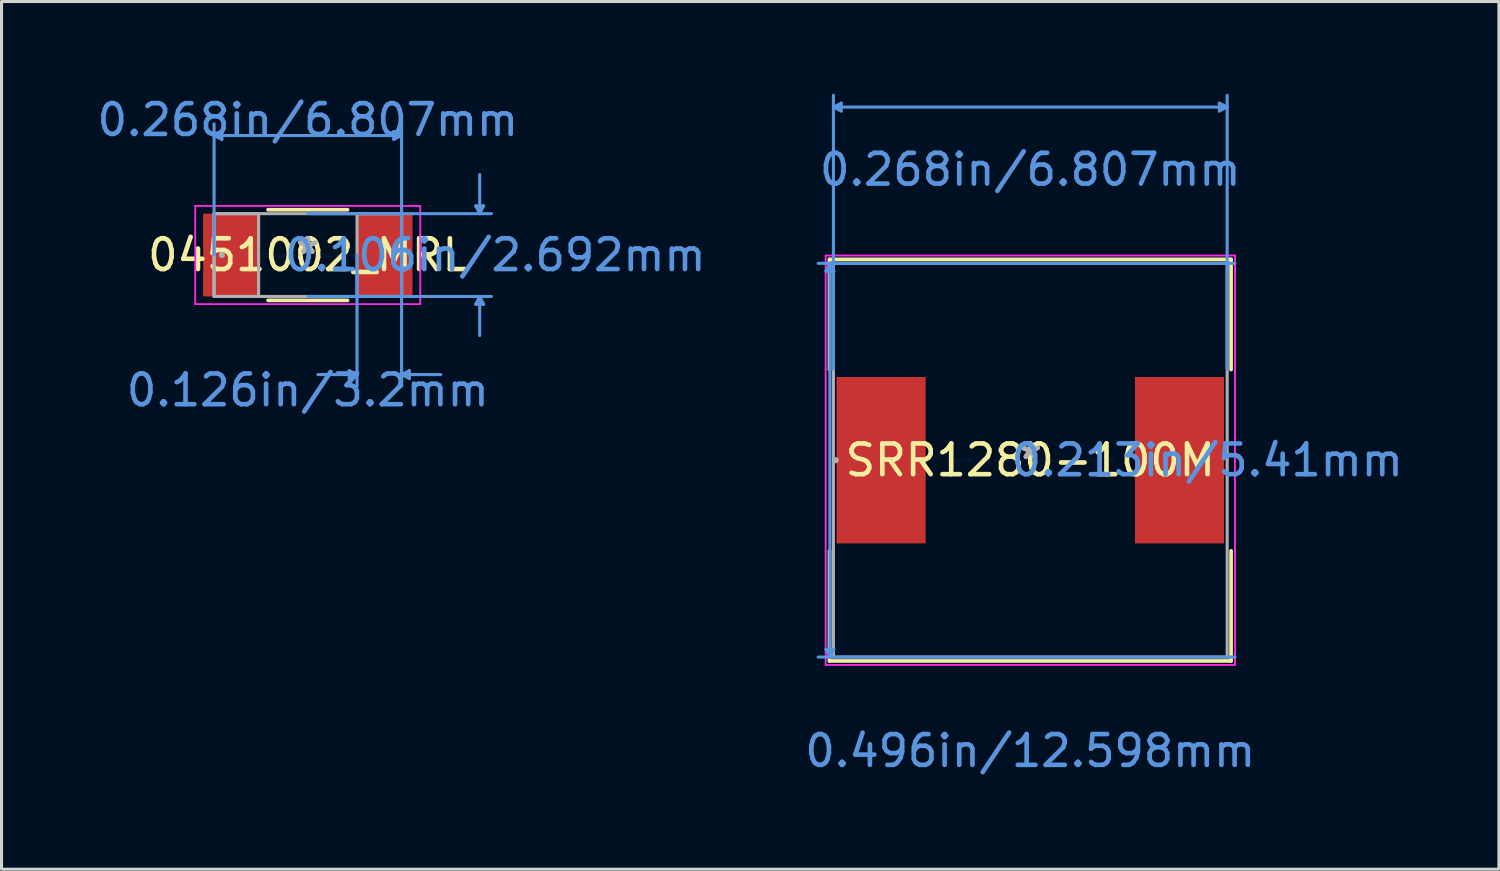
<source format=kicad_pcb>
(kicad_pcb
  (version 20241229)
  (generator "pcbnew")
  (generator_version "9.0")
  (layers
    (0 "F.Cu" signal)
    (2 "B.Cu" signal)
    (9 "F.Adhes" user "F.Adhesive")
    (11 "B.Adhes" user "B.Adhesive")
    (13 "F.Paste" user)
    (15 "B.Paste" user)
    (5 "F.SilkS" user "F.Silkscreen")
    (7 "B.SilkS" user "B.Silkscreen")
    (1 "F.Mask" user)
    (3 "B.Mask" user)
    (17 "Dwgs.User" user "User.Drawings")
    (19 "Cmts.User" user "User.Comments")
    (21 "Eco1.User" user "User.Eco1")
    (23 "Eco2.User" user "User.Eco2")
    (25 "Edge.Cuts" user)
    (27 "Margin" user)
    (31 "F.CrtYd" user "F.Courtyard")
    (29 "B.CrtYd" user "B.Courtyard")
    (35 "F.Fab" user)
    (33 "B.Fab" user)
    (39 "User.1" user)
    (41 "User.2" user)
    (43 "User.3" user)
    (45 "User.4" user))
  (footprint "SRR1280-100M"
    (layer "F.Cu")
    (at 30.447 11.912)
    (property "Reference" "SRR1280-100M" (at 0 0 0) (layer "F.SilkS") (effects (font (size 1 1) (thickness 0.15))))
    (attr through_hole)
    (fp_line (start -6.528 -6.528) (end -6.528 -2.947) (stroke (width 0.12) (type solid)) (layer "F.SilkS"))
    (fp_line (start -6.528 2.947) (end -6.528 6.528) (stroke (width 0.12) (type solid)) (layer "F.SilkS"))
    (fp_line (start -6.528 6.528) (end 6.528 6.528) (stroke (width 0.12) (type solid)) (layer "F.SilkS"))
    (fp_line (start 6.528 -6.528) (end -6.528 -6.528) (stroke (width 0.12) (type solid)) (layer "F.SilkS"))
    (fp_line (start 6.528 -2.947) (end 6.528 -6.528) (stroke (width 0.12) (type solid)) (layer "F.SilkS"))
    (fp_line (start 6.528 6.528) (end 6.528 2.947) (stroke (width 0.12) (type solid)) (layer "F.SilkS"))
    (fp_line (start -6.642 -6.147) (end -6.388 -6.147) (stroke (width 0.1) (type solid)) (layer "Cmts.User"))
    (fp_line (start -6.642 6.147) (end -6.388 6.147) (stroke (width 0.1) (type solid)) (layer "Cmts.User"))
    (fp_line (start -6.515 -6.401) (end -6.642 -6.147) (stroke (width 0.1) (type solid)) (layer "Cmts.User"))
    (fp_line (start -6.515 -6.401) (end -6.515 6.401) (stroke (width 0.1) (type solid)) (layer "Cmts.User"))
    (fp_line (start -6.515 -6.401) (end -6.388 -6.147) (stroke (width 0.1) (type solid)) (layer "Cmts.User"))
    (fp_line (start -6.515 6.401) (end -6.642 6.147) (stroke (width 0.1) (type solid)) (layer "Cmts.User"))
    (fp_line (start -6.515 6.401) (end -6.388 6.147) (stroke (width 0.1) (type solid)) (layer "Cmts.User"))
    (fp_line (start -6.401 -11.481) (end -6.147 -11.608) (stroke (width 0.1) (type solid)) (layer "Cmts.User"))
    (fp_line (start -6.401 -11.481) (end -6.147 -11.354) (stroke (width 0.1) (type solid)) (layer "Cmts.User"))
    (fp_line (start -6.401 -11.481) (end 6.401 -11.481) (stroke (width 0.1) (type solid)) (layer "Cmts.User"))
    (fp_line (start -6.401 -2.959) (end -6.401 -11.862) (stroke (width 0.1) (type solid)) (layer "Cmts.User"))
    (fp_line (start -6.147 -11.608) (end -6.147 -11.354) (stroke (width 0.1) (type solid)) (layer "Cmts.User"))
    (fp_line (start 6.147 -11.608) (end 6.147 -11.354) (stroke (width 0.1) (type solid)) (layer "Cmts.User"))
    (fp_line (start 6.401 -11.481) (end 6.147 -11.608) (stroke (width 0.1) (type solid)) (layer "Cmts.User"))
    (fp_line (start 6.401 -11.481) (end 6.147 -11.354) (stroke (width 0.1) (type solid)) (layer "Cmts.User"))
    (fp_line (start 6.401 -2.959) (end 6.401 -11.862) (stroke (width 0.1) (type solid)) (layer "Cmts.User"))
    (fp_line (start 6.655 -6.401) (end -6.896 -6.401) (stroke (width 0.1) (type solid)) (layer "Cmts.User"))
    (fp_line (start 6.655 6.401) (end -6.896 6.401) (stroke (width 0.1) (type solid)) (layer "Cmts.User"))
    (fp_line (start -6.655 -6.655) (end 6.655 -6.655) (stroke (width 0.05) (type solid)) (layer "F.CrtYd"))
    (fp_line (start -6.655 -6.655) (end 6.655 -6.655) (stroke (width 0.05) (type solid)) (layer "F.CrtYd"))
    (fp_line (start -6.655 -2.959) (end -6.655 -6.655) (stroke (width 0.05) (type solid)) (layer "F.CrtYd"))
    (fp_line (start -6.655 -2.959) (end -6.655 -6.655) (stroke (width 0.05) (type solid)) (layer "F.CrtYd"))
    (fp_line (start -6.655 -2.959) (end -6.655 -2.959) (stroke (width 0.05) (type solid)) (layer "F.CrtYd"))
    (fp_line (start -6.655 -2.959) (end -6.655 -2.959) (stroke (width 0.05) (type solid)) (layer "F.CrtYd"))
    (fp_line (start -6.655 2.959) (end -6.655 -2.959) (stroke (width 0.05) (type solid)) (layer "F.CrtYd"))
    (fp_line (start -6.655 2.959) (end -6.655 -2.959) (stroke (width 0.05) (type solid)) (layer "F.CrtYd"))
    (fp_line (start -6.655 2.959) (end -6.655 2.959) (stroke (width 0.05) (type solid)) (layer "F.CrtYd"))
    (fp_line (start -6.655 2.959) (end -6.655 2.959) (stroke (width 0.05) (type solid)) (layer "F.CrtYd"))
    (fp_line (start -6.655 6.655) (end -6.655 2.959) (stroke (width 0.05) (type solid)) (layer "F.CrtYd"))
    (fp_line (start -6.655 6.655) (end -6.655 2.959) (stroke (width 0.05) (type solid)) (layer "F.CrtYd"))
    (fp_line (start 6.655 -6.655) (end 6.655 -2.959) (stroke (width 0.05) (type solid)) (layer "F.CrtYd"))
    (fp_line (start 6.655 -6.655) (end 6.655 -2.959) (stroke (width 0.05) (type solid)) (layer "F.CrtYd"))
    (fp_line (start 6.655 -2.959) (end 6.655 -2.959) (stroke (width 0.05) (type solid)) (layer "F.CrtYd"))
    (fp_line (start 6.655 -2.959) (end 6.655 -2.959) (stroke (width 0.05) (type solid)) (layer "F.CrtYd"))
    (fp_line (start 6.655 -2.959) (end 6.655 2.959) (stroke (width 0.05) (type solid)) (layer "F.CrtYd"))
    (fp_line (start 6.655 -2.959) (end 6.655 2.959) (stroke (width 0.05) (type solid)) (layer "F.CrtYd"))
    (fp_line (start 6.655 2.959) (end 6.655 2.959) (stroke (width 0.05) (type solid)) (layer "F.CrtYd"))
    (fp_line (start 6.655 2.959) (end 6.655 2.959) (stroke (width 0.05) (type solid)) (layer "F.CrtYd"))
    (fp_line (start 6.655 2.959) (end 6.655 6.655) (stroke (width 0.05) (type solid)) (layer "F.CrtYd"))
    (fp_line (start 6.655 2.959) (end 6.655 6.655) (stroke (width 0.05) (type solid)) (layer "F.CrtYd"))
    (fp_line (start 6.655 6.655) (end -6.655 6.655) (stroke (width 0.05) (type solid)) (layer "F.CrtYd"))
    (fp_line (start 6.655 6.655) (end -6.655 6.655) (stroke (width 0.05) (type solid)) (layer "F.CrtYd"))
    (fp_line (start -6.401 -6.401) (end -6.401 6.401) (stroke (width 0.1) (type solid)) (layer "F.Fab"))
    (fp_line (start -6.401 6.401) (end 6.401 6.401) (stroke (width 0.1) (type solid)) (layer "F.Fab"))
    (fp_line (start 6.401 -6.401) (end -6.401 -6.401) (stroke (width 0.1) (type solid)) (layer "F.Fab"))
    (fp_line (start 6.401 6.401) (end 6.401 -6.401) (stroke (width 0.1) (type solid)) (layer "F.Fab"))
    (fp_circle (center -6.325 0) (end -6.325 0) (stroke (width 0.1) (type solid)) (fill no) (layer "F.Fab"))
    (fp_text user "*" (at 0 0 0) (layer "F.SilkS") (effects (font (size 1 1) (thickness 0.15))))
    (fp_text user "0.268in/6.807mm" (at 0 -9.449 0) (layer "Cmts.User") (effects (font (size 1 1) (thickness 0.15))))
    (fp_text user "Copyright 2021 Accelerated Designs. All rights reserved." (at 0 0 0) (layer "Cmts.User") (effects (font (size 0.127 0.127) (thickness 0.002))))
    (fp_text user "0.213in/5.41mm" (at 5.753 0 0) (layer "Cmts.User") (effects (font (size 1 1) (thickness 0.15))))
    (fp_text user "0.496in/12.598mm" (at 0 9.449 0) (layer "Cmts.User") (effects (font (size 1 1) (thickness 0.15))))
    (fp_text user "*" (at 0 0 0) (layer "F.Fab") (effects (font (size 1 1) (thickness 0.15))))
    (pad "1" smd rect (at -4.851 0) (size 2.896 5.41) (layers "F.Cu" "F.Mask" "F.Paste"))
    (pad "2" smd rect (at 4.851 0) (size 2.896 5.41) (layers "F.Cu" "F.Mask" "F.Paste")))
  (footprint "0451002_MRL"
    (layer "F.Cu")
    (at 6.958 5.242)
    (property "Reference" "0451002_MRL" (at 0 0 0) (layer "F.SilkS") (effects (font (size 1 1) (thickness 0.15))))
    (attr through_hole)
    (fp_line (start -1.293 1.473) (end 1.293 1.473) (stroke (width 0.12) (type solid)) (layer "F.SilkS"))
    (fp_line (start 1.293 -1.473) (end -1.293 -1.473) (stroke (width 0.12) (type solid)) (layer "F.SilkS"))
    (fp_line (start -3.048 -3.886) (end -2.794 -4.013) (stroke (width 0.1) (type solid)) (layer "Cmts.User"))
    (fp_line (start -3.048 -3.886) (end -2.794 -3.759) (stroke (width 0.1) (type solid)) (layer "Cmts.User"))
    (fp_line (start -3.048 -3.886) (end 3.048 -3.886) (stroke (width 0.1) (type solid)) (layer "Cmts.User"))
    (fp_line (start -3.048 0) (end -3.048 -4.267) (stroke (width 0.1) (type solid)) (layer "Cmts.User"))
    (fp_line (start -2.794 -4.013) (end -2.794 -3.759) (stroke (width 0.1) (type solid)) (layer "Cmts.User"))
    (fp_line (start 0 -1.346) (end 5.969 -1.346) (stroke (width 0.1) (type solid)) (layer "Cmts.User"))
    (fp_line (start 0 1.346) (end 5.969 1.346) (stroke (width 0.1) (type solid)) (layer "Cmts.User"))
    (fp_line (start 1.346 3.759) (end 1.346 4.013) (stroke (width 0.1) (type solid)) (layer "Cmts.User"))
    (fp_line (start 1.6 0) (end 1.6 4.267) (stroke (width 0.1) (type solid)) (layer "Cmts.User"))
    (fp_line (start 1.6 3.886) (end 0.33 3.886) (stroke (width 0.1) (type solid)) (layer "Cmts.User"))
    (fp_line (start 1.6 3.886) (end 1.346 3.759) (stroke (width 0.1) (type solid)) (layer "Cmts.User"))
    (fp_line (start 1.6 3.886) (end 1.346 4.013) (stroke (width 0.1) (type solid)) (layer "Cmts.User"))
    (fp_line (start 2.794 -4.013) (end 2.794 -3.759) (stroke (width 0.1) (type solid)) (layer "Cmts.User"))
    (fp_line (start 3.048 -3.886) (end 2.794 -4.013) (stroke (width 0.1) (type solid)) (layer "Cmts.User"))
    (fp_line (start 3.048 -3.886) (end 2.794 -3.759) (stroke (width 0.1) (type solid)) (layer "Cmts.User"))
    (fp_line (start 3.048 0) (end 3.048 -4.267) (stroke (width 0.1) (type solid)) (layer "Cmts.User"))
    (fp_line (start 3.048 0) (end 3.048 4.267) (stroke (width 0.1) (type solid)) (layer "Cmts.User"))
    (fp_line (start 3.048 3.886) (end 3.302 3.759) (stroke (width 0.1) (type solid)) (layer "Cmts.User"))
    (fp_line (start 3.048 3.886) (end 3.302 4.013) (stroke (width 0.1) (type solid)) (layer "Cmts.User"))
    (fp_line (start 3.048 3.886) (end 4.318 3.886) (stroke (width 0.1) (type solid)) (layer "Cmts.User"))
    (fp_line (start 3.302 3.759) (end 3.302 4.013) (stroke (width 0.1) (type solid)) (layer "Cmts.User"))
    (fp_line (start 5.461 -1.6) (end 5.715 -1.6) (stroke (width 0.1) (type solid)) (layer "Cmts.User"))
    (fp_line (start 5.461 1.6) (end 5.715 1.6) (stroke (width 0.1) (type solid)) (layer "Cmts.User"))
    (fp_line (start 5.588 -1.346) (end 5.461 -1.6) (stroke (width 0.1) (type solid)) (layer "Cmts.User"))
    (fp_line (start 5.588 -1.346) (end 5.588 -2.616) (stroke (width 0.1) (type solid)) (layer "Cmts.User"))
    (fp_line (start 5.588 -1.346) (end 5.715 -1.6) (stroke (width 0.1) (type solid)) (layer "Cmts.User"))
    (fp_line (start 5.588 1.346) (end 5.461 1.6) (stroke (width 0.1) (type solid)) (layer "Cmts.User"))
    (fp_line (start 5.588 1.346) (end 5.588 2.616) (stroke (width 0.1) (type solid)) (layer "Cmts.User"))
    (fp_line (start 5.588 1.346) (end 5.715 1.6) (stroke (width 0.1) (type solid)) (layer "Cmts.User"))
    (fp_line (start -3.658 -1.6) (end 3.658 -1.6) (stroke (width 0.05) (type solid)) (layer "F.CrtYd"))
    (fp_line (start -3.658 -1.6) (end 3.658 -1.6) (stroke (width 0.05) (type solid)) (layer "F.CrtYd"))
    (fp_line (start -3.658 1.6) (end -3.658 -1.6) (stroke (width 0.05) (type solid)) (layer "F.CrtYd"))
    (fp_line (start -3.658 1.6) (end -3.658 -1.6) (stroke (width 0.05) (type solid)) (layer "F.CrtYd"))
    (fp_line (start 3.658 -1.6) (end 3.658 1.6) (stroke (width 0.05) (type solid)) (layer "F.CrtYd"))
    (fp_line (start 3.658 -1.6) (end 3.658 1.6) (stroke (width 0.05) (type solid)) (layer "F.CrtYd"))
    (fp_line (start 3.658 1.6) (end -3.658 1.6) (stroke (width 0.05) (type solid)) (layer "F.CrtYd"))
    (fp_line (start 3.658 1.6) (end -3.658 1.6) (stroke (width 0.05) (type solid)) (layer "F.CrtYd"))
    (fp_line (start -3.048 -1.346) (end -3.048 1.346) (stroke (width 0.1) (type solid)) (layer "F.Fab"))
    (fp_line (start -3.048 -1.346) (end -3.048 1.346) (stroke (width 0.1) (type solid)) (layer "F.Fab"))
    (fp_line (start -3.048 1.346) (end -1.6 1.346) (stroke (width 0.1) (type solid)) (layer "F.Fab"))
    (fp_line (start -3.048 1.346) (end 3.048 1.346) (stroke (width 0.1) (type solid)) (layer "F.Fab"))
    (fp_line (start -1.6 -1.346) (end -3.048 -1.346) (stroke (width 0.1) (type solid)) (layer "F.Fab"))
    (fp_line (start -1.6 1.346) (end -1.6 -1.346) (stroke (width 0.1) (type solid)) (layer "F.Fab"))
    (fp_line (start 1.6 -1.346) (end 1.6 1.346) (stroke (width 0.1) (type solid)) (layer "F.Fab"))
    (fp_line (start 1.6 1.346) (end 3.048 1.346) (stroke (width 0.1) (type solid)) (layer "F.Fab"))
    (fp_line (start 3.048 -1.346) (end -3.048 -1.346) (stroke (width 0.1) (type solid)) (layer "F.Fab"))
    (fp_line (start 3.048 -1.346) (end 1.6 -1.346) (stroke (width 0.1) (type solid)) (layer "F.Fab"))
    (fp_line (start 3.048 1.346) (end 3.048 -1.346) (stroke (width 0.1) (type solid)) (layer "F.Fab"))
    (fp_line (start 3.048 1.346) (end 3.048 -1.346) (stroke (width 0.1) (type solid)) (layer "F.Fab"))
    (fp_circle (center -2.794 0) (end -2.794 0) (stroke (width 0.1) (type solid)) (fill no) (layer "F.Fab"))
    (fp_text user "*" (at 0 0 0) (layer "F.SilkS") (effects (font (size 1 1) (thickness 0.15))))
    (fp_text user "Copyright 2021 Accelerated Designs. All rights reserved." (at 0 0 0) (layer "Cmts.User") (effects (font (size 0.127 0.127) (thickness 0.002))))
    (fp_text user "0.106in/2.692mm" (at 6.096 0 0) (layer "Cmts.User") (effects (font (size 1 1) (thickness 0.15))))
    (fp_text user "0.268in/6.807mm" (at 0 -4.394 0) (layer "Cmts.User") (effects (font (size 1 1) (thickness 0.15))))
    (fp_text user "0.126in/3.2mm" (at 0 4.394 0) (layer "Cmts.User") (effects (font (size 1 1) (thickness 0.15))))
    (fp_text user "*" (at 0 0 0) (layer "F.Fab") (effects (font (size 1 1) (thickness 0.15))))
    (pad "1" smd rect (at -2.502 0) (size 1.803 2.692) (layers "F.Cu" "F.Mask" "F.Paste"))
    (pad "2" smd rect (at 2.502 0) (size 1.803 2.692) (layers "F.Cu" "F.Mask" "F.Paste")))
  (gr_rect
    (start -3 -3)
    (end 45.682 25.209)
    (stroke (width 0.1) (type default))
    (fill no)
    (layer "Edge.Cuts")))
</source>
